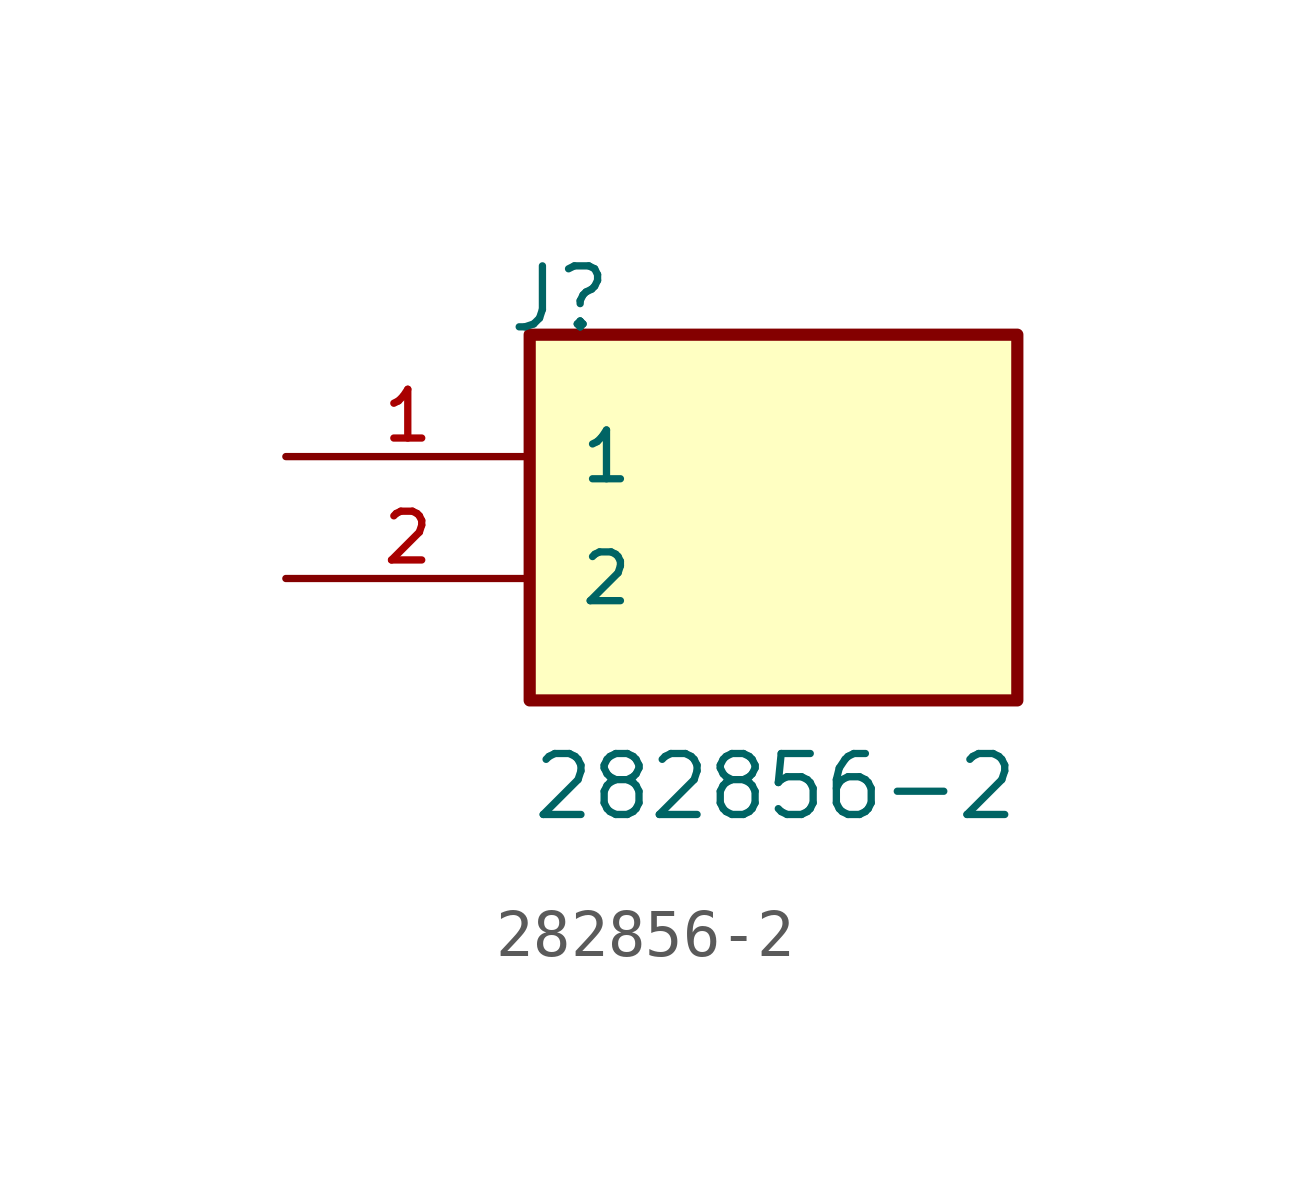
<source format=kicad_sym>
(kicad_symbol_lib
  (version 20211014)
  (generator kicad_symbol_editor)
  (symbol "282856-2"
    (pin_names
      (offset 1.016))
    (property "Reference" "J"
      (at -5.58 5.08 0)
      (effects (font (size 1.27 1.27)) (justify bottom left)))
    (property "Value" "282856-2"
      (at -5.08 -5.08 0)
      (effects (font (size 1.27 1.27)) (justify bottom left)))
    (symbol "282856-2_0_0"
      (rectangle (start -5.08 -2.54) (end 5.08 5.08) (stroke (width 0.254)) (fill (type background)))
      (pin passive line (at -10.16 2.54 0) (length 5.08) (name "1" (effects (font (size 1.016 1.016)))) (number "1" (effects (font (size 1.016 1.016)))))
      (pin passive line (at -10.16 0.0 0) (length 5.08) (name "2" (effects (font (size 1.016 1.016)))) (number "2" (effects (font (size 1.016 1.016))))))))
</source>
